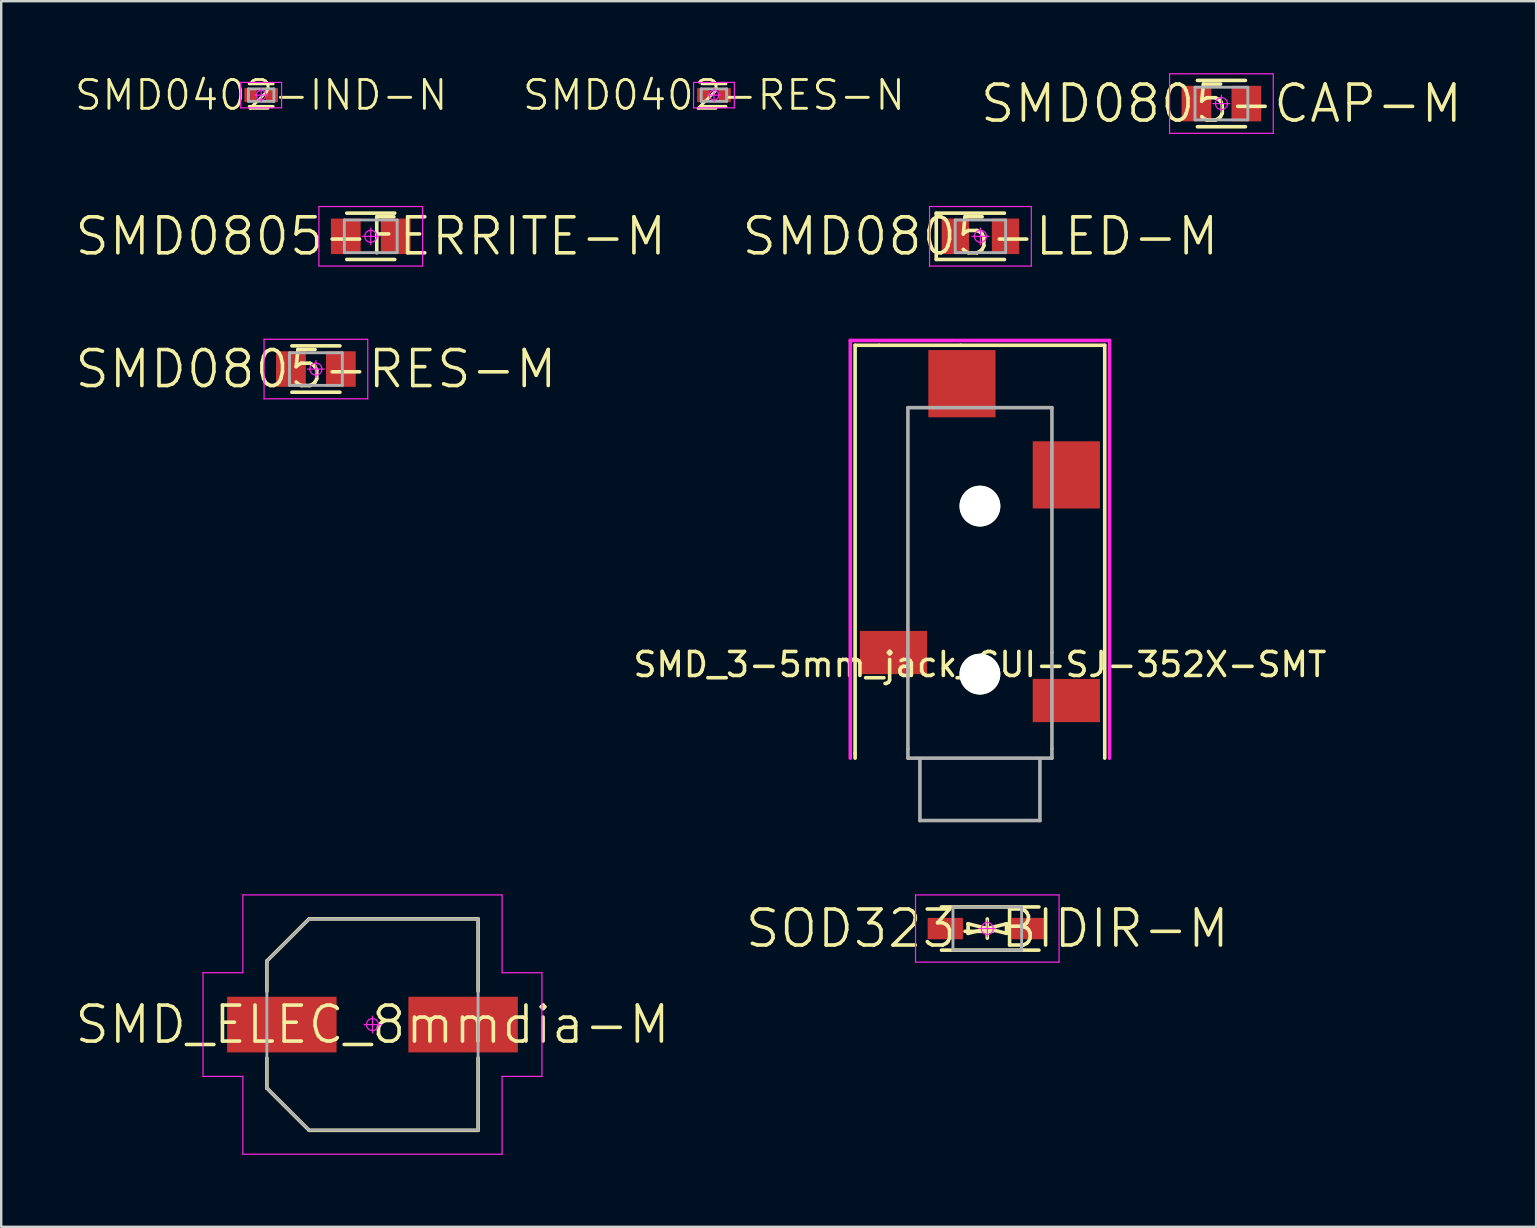
<source format=kicad_pcb>
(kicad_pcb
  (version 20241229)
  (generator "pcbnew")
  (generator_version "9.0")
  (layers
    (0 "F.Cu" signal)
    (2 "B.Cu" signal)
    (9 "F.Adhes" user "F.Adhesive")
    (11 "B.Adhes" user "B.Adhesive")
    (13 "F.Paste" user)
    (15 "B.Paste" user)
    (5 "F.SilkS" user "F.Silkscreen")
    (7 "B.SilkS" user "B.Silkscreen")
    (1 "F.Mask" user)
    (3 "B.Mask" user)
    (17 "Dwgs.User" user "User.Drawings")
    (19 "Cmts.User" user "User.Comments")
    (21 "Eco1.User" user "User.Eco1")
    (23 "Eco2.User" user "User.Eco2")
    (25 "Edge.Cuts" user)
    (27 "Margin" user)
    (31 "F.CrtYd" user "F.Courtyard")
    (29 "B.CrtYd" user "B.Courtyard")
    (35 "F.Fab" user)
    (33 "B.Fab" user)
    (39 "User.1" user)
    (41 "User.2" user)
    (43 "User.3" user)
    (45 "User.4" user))
  (footprint "SMD0402-IND-N"
    (layer "F.Cu")
    (at 7.831 0.913)
    (property "Reference" "SMD0402-IND-N" (at 0 0 0) (layer "F.SilkS") (effects (font (size 1.2 1.2) (thickness 0.12))))
    (attr smd)
    (fp_line (start 0.5 -0.47) (end -0.5 -0.47) (stroke (width 0.12) (type solid)) (layer "F.SilkS"))
    (fp_line (start 0.5 0.47) (end -0.5 0.47) (stroke (width 0.12) (type solid)) (layer "F.SilkS"))
    (fp_line (start -0.85 -0.53) (end 0.85 -0.53) (stroke (width 0.05) (type solid)) (layer "F.CrtYd"))
    (fp_line (start -0.85 0.53) (end -0.85 -0.53) (stroke (width 0.05) (type solid)) (layer "F.CrtYd"))
    (fp_line (start 0 -0.265) (end 0 0.265) (stroke (width 0.05) (type solid)) (layer "F.CrtYd"))
    (fp_line (start 0.265 0) (end -0.265 0) (stroke (width 0.05) (type solid)) (layer "F.CrtYd"))
    (fp_line (start 0.85 -0.53) (end 0.85 0.53) (stroke (width 0.05) (type solid)) (layer "F.CrtYd"))
    (fp_line (start 0.85 0.53) (end -0.85 0.53) (stroke (width 0.05) (type solid)) (layer "F.CrtYd"))
    (fp_circle (center 0 0) (end 0 0.199) (stroke (width 0.05) (type solid)) (fill no) (layer "F.CrtYd"))
    (fp_line (start -0.53 -0.26) (end 0.53 -0.26) (stroke (width 0.12) (type solid)) (layer "F.Fab"))
    (fp_line (start -0.53 0.26) (end -0.53 -0.26) (stroke (width 0.12) (type solid)) (layer "F.Fab"))
    (fp_line (start 0.53 -0.26) (end 0.53 0.26) (stroke (width 0.12) (type solid)) (layer "F.Fab"))
    (fp_line (start 0.53 0.26) (end -0.53 0.26) (stroke (width 0.12) (type solid)) (layer "F.Fab"))
    (pad "1" smd rect (at -0.445 0) (size 0.51 0.58) (layers "F.Cu" "F.Mask" "F.Paste"))
    (pad "2" smd rect (at 0.445 0) (size 0.51 0.58) (layers "F.Cu" "F.Mask" "F.Paste")))
  (footprint "SMD0402-RES-N"
    (layer "F.Cu")
    (at 26.694 0.913)
    (property "Reference" "SMD0402-RES-N" (at 0 0 0) (layer "F.SilkS") (effects (font (size 1.2 1.2) (thickness 0.12))))
    (attr smd)
    (fp_line (start 0.5 -0.47) (end -0.5 -0.47) (stroke (width 0.12) (type solid)) (layer "F.SilkS"))
    (fp_line (start 0.5 0.47) (end -0.5 0.47) (stroke (width 0.12) (type solid)) (layer "F.SilkS"))
    (fp_line (start -0.85 -0.53) (end 0.85 -0.53) (stroke (width 0.05) (type solid)) (layer "F.CrtYd"))
    (fp_line (start -0.85 0.53) (end -0.85 -0.53) (stroke (width 0.05) (type solid)) (layer "F.CrtYd"))
    (fp_line (start 0 -0.265) (end 0 0.265) (stroke (width 0.05) (type solid)) (layer "F.CrtYd"))
    (fp_line (start 0.265 0) (end -0.265 0) (stroke (width 0.05) (type solid)) (layer "F.CrtYd"))
    (fp_line (start 0.85 -0.53) (end 0.85 0.53) (stroke (width 0.05) (type solid)) (layer "F.CrtYd"))
    (fp_line (start 0.85 0.53) (end -0.85 0.53) (stroke (width 0.05) (type solid)) (layer "F.CrtYd"))
    (fp_circle (center 0 0) (end 0 0.199) (stroke (width 0.05) (type solid)) (fill no) (layer "F.CrtYd"))
    (fp_line (start -0.53 -0.26) (end 0.53 -0.26) (stroke (width 0.12) (type solid)) (layer "F.Fab"))
    (fp_line (start -0.53 0.26) (end -0.53 -0.26) (stroke (width 0.12) (type solid)) (layer "F.Fab"))
    (fp_line (start 0.53 -0.26) (end 0.53 0.26) (stroke (width 0.12) (type solid)) (layer "F.Fab"))
    (fp_line (start 0.53 0.26) (end -0.53 0.26) (stroke (width 0.12) (type solid)) (layer "F.Fab"))
    (pad "1" smd rect (at -0.445 0) (size 0.51 0.58) (layers "F.Cu" "F.Mask" "F.Paste"))
    (pad "2" smd rect (at 0.445 0) (size 0.51 0.58) (layers "F.Cu" "F.Mask" "F.Paste")))
  (footprint "SOD323-BIDIR-M"
    (layer "F.Cu")
    (at 38.082 35.635)
    (property "Reference" "SOD323-BIDIR-M" (at 0 0 0) (layer "F.SilkS") (effects (font (size 1.5 1.5) (thickness 0.15))))
    (attr smd)
    (fp_line (start -1.91 0.9) (end 2.15 0.9) (stroke (width 0.15) (type solid)) (layer "F.SilkS"))
    (fp_line (start -0.8 -0.2) (end 0 0) (stroke (width 0.15) (type solid)) (layer "F.SilkS"))
    (fp_line (start -0.8 0.2) (end -0.8 -0.2) (stroke (width 0.15) (type solid)) (layer "F.SilkS"))
    (fp_line (start 0 0) (end -0.8 0.2) (stroke (width 0.15) (type solid)) (layer "F.SilkS"))
    (fp_line (start 0 0) (end 0.8 -0.2) (stroke (width 0.15) (type solid)) (layer "F.SilkS"))
    (fp_line (start 0 0.4) (end 0 -0.4) (stroke (width 0.15) (type solid)) (layer "F.SilkS"))
    (fp_line (start 0.8 -0.2) (end 0.8 0.2) (stroke (width 0.15) (type solid)) (layer "F.SilkS"))
    (fp_line (start 0.8 0.2) (end 0 0) (stroke (width 0.15) (type solid)) (layer "F.SilkS"))
    (fp_line (start 2.15 -0.9) (end -1.91 -0.9) (stroke (width 0.15) (type solid)) (layer "F.SilkS"))
    (fp_line (start -2.99 -1.4) (end 2.99 -1.4) (stroke (width 0.05) (type solid)) (layer "F.CrtYd"))
    (fp_line (start -2.99 1.4) (end -2.99 -1.4) (stroke (width 0.05) (type solid)) (layer "F.CrtYd"))
    (fp_line (start 0 -0.35) (end 0 0.35) (stroke (width 0.05) (type solid)) (layer "F.CrtYd"))
    (fp_line (start 0.35 0) (end -0.35 0) (stroke (width 0.05) (type solid)) (layer "F.CrtYd"))
    (fp_line (start 2.99 -1.4) (end 2.99 1.4) (stroke (width 0.05) (type solid)) (layer "F.CrtYd"))
    (fp_line (start 2.99 1.4) (end -2.99 1.4) (stroke (width 0.05) (type solid)) (layer "F.CrtYd"))
    (fp_circle (center 0 0) (end 0 0.25) (stroke (width 0.05) (type solid)) (fill no) (layer "F.CrtYd"))
    (fp_line (start -1.43 -0.9) (end 1.43 -0.9) (stroke (width 0.12) (type solid)) (layer "F.Fab"))
    (fp_line (start -1.43 0.9) (end -1.43 -0.9) (stroke (width 0.12) (type solid)) (layer "F.Fab"))
    (fp_line (start 1.43 -0.9) (end 1.43 0.9) (stroke (width 0.12) (type solid)) (layer "F.Fab"))
    (fp_line (start 1.43 0.9) (end -1.43 0.9) (stroke (width 0.12) (type solid)) (layer "F.Fab"))
    (pad "1" smd rect (at -1.75 0) (size 1.47 0.89) (layers "F.Cu" "F.Mask" "F.Paste"))
    (pad "2" smd rect (at 1.75 0) (size 1.47 0.89) (layers "F.Cu" "F.Mask" "F.Paste")))
  (footprint "SMD_3-5mm_jack_CUI-SJ-352X-SMT"
    (layer "F.Cu")
    (at 37.775 28.535)
    (property "Reference" "SMD_3-5mm_jack_CUI-SJ-352X-SMT" (at 0 -3.9 0) (layer "F.SilkS") (effects (font (size 1 1) (thickness 0.15))))
    (attr through_hole)
    (fp_line (start -5.2 -17.2) (end -4.2 -17.2) (stroke (width 0.15) (type solid)) (layer "F.SilkS"))
    (fp_line (start -5.2 -0.2) (end -5.2 -17.2) (stroke (width 0.15) (type solid)) (layer "F.SilkS"))
    (fp_line (start -5.2 -0.2) (end -5.2 0) (stroke (width 0.15) (type solid)) (layer "F.SilkS"))
    (fp_line (start -0.8 -17.2) (end -4.2 -17.2) (stroke (width 0.15) (type solid)) (layer "F.SilkS"))
    (fp_line (start 5.2 -17.2) (end -0.8 -17.2) (stroke (width 0.15) (type solid)) (layer "F.SilkS"))
    (fp_line (start 5.2 0) (end 5.2 -17.2) (stroke (width 0.15) (type solid)) (layer "F.SilkS"))
    (fp_line (start -5.4 -17.4) (end -5.4 0) (stroke (width 0.15) (type solid)) (layer "F.CrtYd"))
    (fp_line (start 5.4 -17.4) (end -5.4 -17.4) (stroke (width 0.15) (type solid)) (layer "F.CrtYd"))
    (fp_line (start 5.4 0) (end 5.4 -17.4) (stroke (width 0.15) (type solid)) (layer "F.CrtYd"))
    (fp_line (start -3 -14.6) (end 3 -14.6) (stroke (width 0.15) (type solid)) (layer "F.Fab"))
    (fp_line (start -3 -4.4) (end -3 -14.6) (stroke (width 0.15) (type solid)) (layer "F.Fab"))
    (fp_line (start -3 -4.4) (end -3 -0.4) (stroke (width 0.15) (type solid)) (layer "F.Fab"))
    (fp_line (start -3 -0.4) (end -3 0) (stroke (width 0.15) (type solid)) (layer "F.Fab"))
    (fp_line (start -2.5 0.1) (end -2.5 2.6) (stroke (width 0.15) (type solid)) (layer "F.Fab"))
    (fp_line (start -2.5 2.6) (end 2.5 2.6) (stroke (width 0.15) (type solid)) (layer "F.Fab"))
    (fp_line (start 2.5 2.6) (end 2.5 0.1) (stroke (width 0.15) (type solid)) (layer "F.Fab"))
    (fp_line (start 3 -14.6) (end 3 -4.4) (stroke (width 0.15) (type solid)) (layer "F.Fab"))
    (fp_line (start 3 -4.4) (end 3 -0.4) (stroke (width 0.15) (type solid)) (layer "F.Fab"))
    (fp_line (start 3 -0.4) (end 3 0) (stroke (width 0.15) (type solid)) (layer "F.Fab"))
    (fp_line (start 3 0) (end -3 0) (stroke (width 0.15) (type solid)) (layer "F.Fab"))
    (pad "" np_thru_hole circle (at 0 -10.5) (size 1.7 1.7) (drill 1.7) (layers "*.Cu" "*.Mask" "F.SilkS"))
    (pad "" np_thru_hole circle (at 0 -3.5) (size 1.7 1.7) (drill 1.7) (layers "*.Cu" "*.Mask" "F.SilkS"))
    (pad "1" smd rect (at 3.6 -2.4) (size 2.8 1.8) (layers "F.Cu" "F.Mask" "F.Paste"))
    (pad "2" smd rect (at 3.6 -11.8) (size 2.8 2.8) (layers "F.Cu" "F.Mask" "F.Paste"))
    (pad "3" smd rect (at -3.6 -4.4) (size 2.8 1.8) (layers "F.Cu" "F.Mask" "F.Paste"))
    (pad "4" smd rect (at -0.75 -15.6) (size 2.8 2.8) (layers "F.Cu" "F.Mask" "F.Paste")))
  (footprint "SMD_ELEC_8mmdia-M"
    (layer "F.Cu")
    (at 12.468 39.635)
    (property "Reference" "SMD_ELEC_8mmdia-M" (at 0 0 0) (layer "F.SilkS") (effects (font (size 1.5 1.5) (thickness 0.15))))
    (attr smd)
    (fp_line (start -4.4 -2.65) (end -4.4 -1.39) (stroke (width 0.15) (type solid)) (layer "F.SilkS"))
    (fp_line (start -4.4 2.65) (end -4.4 1.39) (stroke (width 0.15) (type solid)) (layer "F.SilkS"))
    (fp_line (start -2.64 -4.405) (end -4.4 -2.65) (stroke (width 0.15) (type solid)) (layer "F.SilkS"))
    (fp_line (start -2.64 4.405) (end -4.4 2.65) (stroke (width 0.15) (type solid)) (layer "F.SilkS"))
    (fp_line (start 4.4 -4.405) (end -2.64 -4.405) (stroke (width 0.15) (type solid)) (layer "F.SilkS"))
    (fp_line (start 4.4 -1.39) (end 4.4 -4.405) (stroke (width 0.15) (type solid)) (layer "F.SilkS"))
    (fp_line (start 4.4 1.39) (end 4.4 4.405) (stroke (width 0.15) (type solid)) (layer "F.SilkS"))
    (fp_line (start 4.4 4.405) (end -2.64 4.405) (stroke (width 0.15) (type solid)) (layer "F.SilkS"))
    (fp_line (start -7.06 -2.16) (end -7.06 2.16) (stroke (width 0.05) (type solid)) (layer "F.CrtYd"))
    (fp_line (start -7.06 2.16) (end -5.4 2.16) (stroke (width 0.05) (type solid)) (layer "F.CrtYd"))
    (fp_line (start -5.4 -5.4) (end -5.4 -2.16) (stroke (width 0.05) (type solid)) (layer "F.CrtYd"))
    (fp_line (start -5.4 -2.16) (end -7.06 -2.16) (stroke (width 0.05) (type solid)) (layer "F.CrtYd"))
    (fp_line (start -5.4 2.16) (end -5.4 5.4) (stroke (width 0.05) (type solid)) (layer "F.CrtYd"))
    (fp_line (start -5.4 5.4) (end 5.4 5.4) (stroke (width 0.05) (type solid)) (layer "F.CrtYd"))
    (fp_line (start 0 -0.35) (end 0 0.35) (stroke (width 0.05) (type solid)) (layer "F.CrtYd"))
    (fp_line (start 0.35 0) (end -0.35 0) (stroke (width 0.05) (type solid)) (layer "F.CrtYd"))
    (fp_line (start 5.4 -5.4) (end -5.4 -5.4) (stroke (width 0.05) (type solid)) (layer "F.CrtYd"))
    (fp_line (start 5.4 -2.16) (end 5.4 -5.4) (stroke (width 0.05) (type solid)) (layer "F.CrtYd"))
    (fp_line (start 5.4 2.16) (end 7.06 2.16) (stroke (width 0.05) (type solid)) (layer "F.CrtYd"))
    (fp_line (start 5.4 5.4) (end 5.4 2.16) (stroke (width 0.05) (type solid)) (layer "F.CrtYd"))
    (fp_line (start 7.06 -2.16) (end 5.4 -2.16) (stroke (width 0.05) (type solid)) (layer "F.CrtYd"))
    (fp_line (start 7.06 2.16) (end 7.06 -2.16) (stroke (width 0.05) (type solid)) (layer "F.CrtYd"))
    (fp_circle (center 0 0) (end 0 0.25) (stroke (width 0.05) (type solid)) (fill no) (layer "F.CrtYd"))
    (fp_line (start -4.4 -2.64) (end -2.64 -4.4) (stroke (width 0.12) (type solid)) (layer "F.Fab"))
    (fp_line (start -4.4 2.64) (end -4.4 -2.64) (stroke (width 0.12) (type solid)) (layer "F.Fab"))
    (fp_line (start -2.64 -4.4) (end 4.4 -4.4) (stroke (width 0.12) (type solid)) (layer "F.Fab"))
    (fp_line (start -2.64 4.4) (end -4.4 2.64) (stroke (width 0.12) (type solid)) (layer "F.Fab"))
    (fp_line (start 4.4 -4.4) (end 4.4 4.4) (stroke (width 0.12) (type solid)) (layer "F.Fab"))
    (fp_line (start 4.4 4.4) (end -2.64 4.4) (stroke (width 0.12) (type solid)) (layer "F.Fab"))
    (pad "1" smd rect (at -3.775 0) (size 4.56 2.32) (layers "F.Cu" "F.Mask" "F.Paste"))
    (pad "2" smd rect (at 3.775 0) (size 4.56 2.32) (layers "F.Cu" "F.Mask" "F.Paste")))
  (footprint "SMD0805-CAP-M"
    (layer "F.Cu")
    (at 47.836 1.265)
    (property "Reference" "SMD0805-CAP-M" (at 0 0 0) (layer "F.SilkS") (effects (font (size 1.5 1.5) (thickness 0.15))))
    (attr smd)
    (fp_line (start 1 -0.965) (end -1 -0.965) (stroke (width 0.15) (type solid)) (layer "F.SilkS"))
    (fp_line (start 1 0.965) (end -1 0.965) (stroke (width 0.15) (type solid)) (layer "F.SilkS"))
    (fp_line (start -2.16 -1.24) (end 2.16 -1.24) (stroke (width 0.05) (type solid)) (layer "F.CrtYd"))
    (fp_line (start -2.16 1.24) (end -2.16 -1.24) (stroke (width 0.05) (type solid)) (layer "F.CrtYd"))
    (fp_line (start 0 -0.35) (end 0 0.35) (stroke (width 0.05) (type solid)) (layer "F.CrtYd"))
    (fp_line (start 0.35 0) (end -0.35 0) (stroke (width 0.05) (type solid)) (layer "F.CrtYd"))
    (fp_line (start 2.16 -1.24) (end 2.16 1.24) (stroke (width 0.05) (type solid)) (layer "F.CrtYd"))
    (fp_line (start 2.16 1.24) (end -2.16 1.24) (stroke (width 0.05) (type solid)) (layer "F.CrtYd"))
    (fp_circle (center 0 0) (end 0 0.25) (stroke (width 0.05) (type solid)) (fill no) (layer "F.CrtYd"))
    (fp_line (start -1.1 -0.68) (end 1.1 -0.68) (stroke (width 0.12) (type solid)) (layer "F.Fab"))
    (fp_line (start -1.1 0.68) (end -1.1 -0.68) (stroke (width 0.12) (type solid)) (layer "F.Fab"))
    (fp_line (start 1.1 -0.68) (end 1.1 0.68) (stroke (width 0.12) (type solid)) (layer "F.Fab"))
    (fp_line (start 1.1 0.68) (end -1.1 0.68) (stroke (width 0.12) (type solid)) (layer "F.Fab"))
    (pad "1" smd rect (at -1.04 0) (size 1.24 1.48) (layers "F.Cu" "F.Mask" "F.Paste"))
    (pad "2" smd rect (at 1.04 0) (size 1.24 1.48) (layers "F.Cu" "F.Mask" "F.Paste")))
  (footprint "SMD0805-FERRITE-M"
    (layer "F.Cu")
    (at 12.396 6.795)
    (property "Reference" "SMD0805-FERRITE-M" (at 0 0 0) (layer "F.SilkS") (effects (font (size 1.5 1.5) (thickness 0.15))))
    (attr smd)
    (fp_line (start 1 -0.965) (end -1 -0.965) (stroke (width 0.15) (type solid)) (layer "F.SilkS"))
    (fp_line (start 1 0.965) (end -1 0.965) (stroke (width 0.15) (type solid)) (layer "F.SilkS"))
    (fp_line (start -2.16 -1.24) (end 2.16 -1.24) (stroke (width 0.05) (type solid)) (layer "F.CrtYd"))
    (fp_line (start -2.16 1.24) (end -2.16 -1.24) (stroke (width 0.05) (type solid)) (layer "F.CrtYd"))
    (fp_line (start 0 -0.35) (end 0 0.35) (stroke (width 0.05) (type solid)) (layer "F.CrtYd"))
    (fp_line (start 0.35 0) (end -0.35 0) (stroke (width 0.05) (type solid)) (layer "F.CrtYd"))
    (fp_line (start 2.16 -1.24) (end 2.16 1.24) (stroke (width 0.05) (type solid)) (layer "F.CrtYd"))
    (fp_line (start 2.16 1.24) (end -2.16 1.24) (stroke (width 0.05) (type solid)) (layer "F.CrtYd"))
    (fp_circle (center 0 0) (end 0 0.25) (stroke (width 0.05) (type solid)) (fill no) (layer "F.CrtYd"))
    (fp_line (start -1.1 -0.68) (end 1.1 -0.68) (stroke (width 0.12) (type solid)) (layer "F.Fab"))
    (fp_line (start -1.1 0.68) (end -1.1 -0.68) (stroke (width 0.12) (type solid)) (layer "F.Fab"))
    (fp_line (start 1.1 -0.68) (end 1.1 0.68) (stroke (width 0.12) (type solid)) (layer "F.Fab"))
    (fp_line (start 1.1 0.68) (end -1.1 0.68) (stroke (width 0.12) (type solid)) (layer "F.Fab"))
    (pad "1" smd rect (at -1.04 0) (size 1.24 1.48) (layers "F.Cu" "F.Mask" "F.Paste"))
    (pad "2" smd rect (at 1.04 0) (size 1.24 1.48) (layers "F.Cu" "F.Mask" "F.Paste")))
  (footprint "SMD0805-LED-M"
    (layer "F.Cu")
    (at 37.796 6.795)
    (property "Reference" "SMD0805-LED-M" (at 0 0 0) (layer "F.SilkS") (effects (font (size 1.5 1.5) (thickness 0.15))))
    (attr smd)
    (fp_line (start -1.84 -0.965) (end -1.84 0.965) (stroke (width 0.15) (type solid)) (layer "F.SilkS"))
    (fp_line (start -1.84 0.965) (end 1 0.965) (stroke (width 0.15) (type solid)) (layer "F.SilkS"))
    (fp_line (start 1 -0.965) (end -1.84 -0.965) (stroke (width 0.15) (type solid)) (layer "F.SilkS"))
    (fp_line (start -2.12 -1.24) (end 2.12 -1.24) (stroke (width 0.05) (type solid)) (layer "F.CrtYd"))
    (fp_line (start -2.12 1.24) (end -2.12 -1.24) (stroke (width 0.05) (type solid)) (layer "F.CrtYd"))
    (fp_line (start 0 -0.35) (end 0 0.35) (stroke (width 0.05) (type solid)) (layer "F.CrtYd"))
    (fp_line (start 0.35 0) (end -0.35 0) (stroke (width 0.05) (type solid)) (layer "F.CrtYd"))
    (fp_line (start 2.12 -1.24) (end 2.12 1.24) (stroke (width 0.05) (type solid)) (layer "F.CrtYd"))
    (fp_line (start 2.12 1.24) (end -2.12 1.24) (stroke (width 0.05) (type solid)) (layer "F.CrtYd"))
    (fp_circle (center 0 0) (end 0 0.25) (stroke (width 0.05) (type solid)) (fill no) (layer "F.CrtYd"))
    (fp_line (start -1.05 -0.68) (end 1.05 -0.68) (stroke (width 0.12) (type solid)) (layer "F.Fab"))
    (fp_line (start -1.05 0.68) (end -1.05 -0.68) (stroke (width 0.12) (type solid)) (layer "F.Fab"))
    (fp_line (start 1.05 -0.68) (end 1.05 0.68) (stroke (width 0.12) (type solid)) (layer "F.Fab"))
    (fp_line (start 1.05 0.68) (end -1.05 0.68) (stroke (width 0.12) (type solid)) (layer "F.Fab"))
    (pad "1" smd rect (at -1.045 0) (size 1.14 1.48) (layers "F.Cu" "F.Mask" "F.Paste"))
    (pad "2" smd rect (at 1.045 0) (size 1.14 1.48) (layers "F.Cu" "F.Mask" "F.Paste")))
  (footprint "SMD0805-RES-M"
    (layer "F.Cu")
    (at 10.111 12.325)
    (property "Reference" "SMD0805-RES-M" (at 0 0 0) (layer "F.SilkS") (effects (font (size 1.5 1.5) (thickness 0.15))))
    (attr smd)
    (fp_line (start 1 -0.965) (end -1 -0.965) (stroke (width 0.15) (type solid)) (layer "F.SilkS"))
    (fp_line (start 1 0.965) (end -1 0.965) (stroke (width 0.15) (type solid)) (layer "F.SilkS"))
    (fp_line (start -2.16 -1.24) (end 2.16 -1.24) (stroke (width 0.05) (type solid)) (layer "F.CrtYd"))
    (fp_line (start -2.16 1.24) (end -2.16 -1.24) (stroke (width 0.05) (type solid)) (layer "F.CrtYd"))
    (fp_line (start 0 -0.35) (end 0 0.35) (stroke (width 0.05) (type solid)) (layer "F.CrtYd"))
    (fp_line (start 0.35 0) (end -0.35 0) (stroke (width 0.05) (type solid)) (layer "F.CrtYd"))
    (fp_line (start 2.16 -1.24) (end 2.16 1.24) (stroke (width 0.05) (type solid)) (layer "F.CrtYd"))
    (fp_line (start 2.16 1.24) (end -2.16 1.24) (stroke (width 0.05) (type solid)) (layer "F.CrtYd"))
    (fp_circle (center 0 0) (end 0 0.25) (stroke (width 0.05) (type solid)) (fill no) (layer "F.CrtYd"))
    (fp_line (start -1.1 -0.68) (end 1.1 -0.68) (stroke (width 0.12) (type solid)) (layer "F.Fab"))
    (fp_line (start -1.1 0.68) (end -1.1 -0.68) (stroke (width 0.12) (type solid)) (layer "F.Fab"))
    (fp_line (start 1.1 -0.68) (end 1.1 0.68) (stroke (width 0.12) (type solid)) (layer "F.Fab"))
    (fp_line (start 1.1 0.68) (end -1.1 0.68) (stroke (width 0.12) (type solid)) (layer "F.Fab"))
    (pad "1" smd rect (at -1.04 0) (size 1.24 1.48) (layers "F.Cu" "F.Mask" "F.Paste"))
    (pad "2" smd rect (at 1.04 0) (size 1.24 1.48) (layers "F.Cu" "F.Mask" "F.Paste")))
  (gr_rect
    (start -3 -3)
    (end 60.947 48.06)
    (stroke (width 0.1) (type default))
    (fill no)
    (layer "Edge.Cuts")))
</source>
